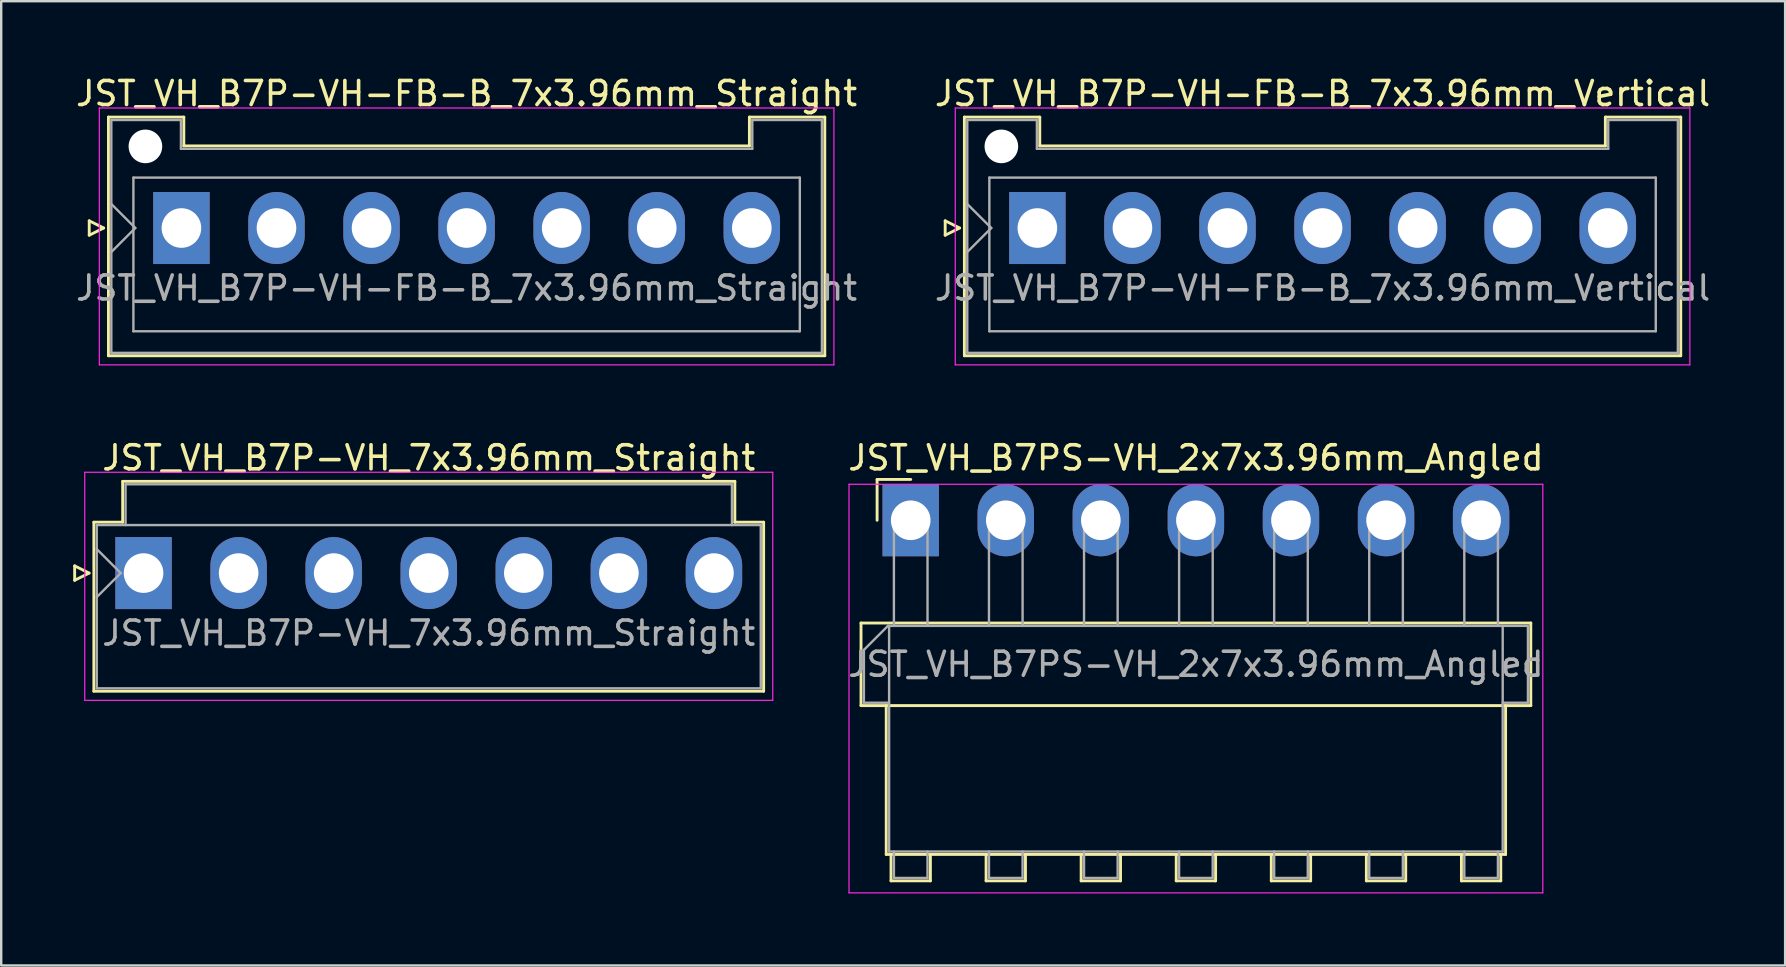
<source format=kicad_pcb>
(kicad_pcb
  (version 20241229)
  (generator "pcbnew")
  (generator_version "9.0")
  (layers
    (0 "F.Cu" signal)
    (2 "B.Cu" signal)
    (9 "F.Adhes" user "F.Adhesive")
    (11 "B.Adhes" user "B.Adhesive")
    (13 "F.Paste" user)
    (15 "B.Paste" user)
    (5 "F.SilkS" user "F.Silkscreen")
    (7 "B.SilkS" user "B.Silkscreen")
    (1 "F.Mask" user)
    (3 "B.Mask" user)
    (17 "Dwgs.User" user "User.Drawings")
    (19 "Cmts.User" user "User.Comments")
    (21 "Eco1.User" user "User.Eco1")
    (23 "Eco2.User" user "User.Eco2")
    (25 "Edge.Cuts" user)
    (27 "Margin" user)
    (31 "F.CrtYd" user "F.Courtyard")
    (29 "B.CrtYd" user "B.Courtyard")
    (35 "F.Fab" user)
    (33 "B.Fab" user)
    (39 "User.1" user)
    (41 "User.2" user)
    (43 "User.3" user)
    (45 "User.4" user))
  (footprint "JST_VH_B7P-VH-FB-B_7x3.96mm_Straight"
    (layer "F.Cu")
    (at 4.507 6.448)
    (property "Reference" "JST_VH_B7P-VH-FB-B_7x3.96mm_Straight" (at 11.88 -5.6 0) (layer "F.SilkS") (effects (font (size 1 1) (thickness 0.15))))
    (attr through_hole)
    (fp_line (start -3.84 -0.3) (end -3.24 0) (stroke (width 0.12) (type solid)) (layer "F.SilkS"))
    (fp_line (start -3.84 0.3) (end -3.84 -0.3) (stroke (width 0.12) (type solid)) (layer "F.SilkS"))
    (fp_line (start -3.24 0) (end -3.84 0.3) (stroke (width 0.12) (type solid)) (layer "F.SilkS"))
    (fp_line (start -3.04 -4.62) (end 0.1 -4.62) (stroke (width 0.12) (type solid)) (layer "F.SilkS"))
    (fp_line (start -3.04 5.32) (end -3.04 -4.62) (stroke (width 0.12) (type solid)) (layer "F.SilkS"))
    (fp_line (start 0.1 -4.62) (end 0.1 -3.42) (stroke (width 0.12) (type solid)) (layer "F.SilkS"))
    (fp_line (start 0.1 -3.42) (end 23.66 -3.42) (stroke (width 0.12) (type solid)) (layer "F.SilkS"))
    (fp_line (start 23.66 -4.62) (end 26.8 -4.62) (stroke (width 0.12) (type solid)) (layer "F.SilkS"))
    (fp_line (start 23.66 -3.42) (end 23.66 -4.62) (stroke (width 0.12) (type solid)) (layer "F.SilkS"))
    (fp_line (start 26.8 -4.62) (end 26.8 5.32) (stroke (width 0.12) (type solid)) (layer "F.SilkS"))
    (fp_line (start 26.8 5.32) (end -3.04 5.32) (stroke (width 0.12) (type solid)) (layer "F.SilkS"))
    (fp_line (start -3.42 -5) (end -3.42 5.7) (stroke (width 0.05) (type solid)) (layer "F.CrtYd"))
    (fp_line (start -3.42 5.7) (end 27.18 5.7) (stroke (width 0.05) (type solid)) (layer "F.CrtYd"))
    (fp_line (start 27.18 -5) (end -3.42 -5) (stroke (width 0.05) (type solid)) (layer "F.CrtYd"))
    (fp_line (start 27.18 5.7) (end 27.18 -5) (stroke (width 0.05) (type solid)) (layer "F.CrtYd"))
    (fp_line (start -2.92 -4.5) (end -0.02 -4.5) (stroke (width 0.1) (type solid)) (layer "F.Fab"))
    (fp_line (start -2.92 -1) (end -1.92 0) (stroke (width 0.1) (type solid)) (layer "F.Fab"))
    (fp_line (start -2.92 1) (end -1.92 0) (stroke (width 0.1) (type solid)) (layer "F.Fab"))
    (fp_line (start -2.92 5.2) (end -2.92 -4.5) (stroke (width 0.1) (type solid)) (layer "F.Fab"))
    (fp_line (start -2 -2.1) (end 25.76 -2.1) (stroke (width 0.1) (type solid)) (layer "F.Fab"))
    (fp_line (start -2 4.3) (end -2 -2.1) (stroke (width 0.1) (type solid)) (layer "F.Fab"))
    (fp_line (start -0.02 -4.5) (end -0.02 -3.3) (stroke (width 0.1) (type solid)) (layer "F.Fab"))
    (fp_line (start -0.02 -3.3) (end 23.78 -3.3) (stroke (width 0.1) (type solid)) (layer "F.Fab"))
    (fp_line (start 23.78 -4.5) (end 26.68 -4.5) (stroke (width 0.1) (type solid)) (layer "F.Fab"))
    (fp_line (start 23.78 -3.3) (end 23.78 -4.5) (stroke (width 0.1) (type solid)) (layer "F.Fab"))
    (fp_line (start 25.76 -2.1) (end 25.76 4.3) (stroke (width 0.1) (type solid)) (layer "F.Fab"))
    (fp_line (start 25.76 4.3) (end -2 4.3) (stroke (width 0.1) (type solid)) (layer "F.Fab"))
    (fp_line (start 26.68 -4.5) (end 26.68 5.2) (stroke (width 0.1) (type solid)) (layer "F.Fab"))
    (fp_line (start 26.68 5.2) (end -2.92 5.2) (stroke (width 0.1) (type solid)) (layer "F.Fab"))
    (fp_text user "${REFERENCE}" (at 11.88 2.5 0) (layer "F.Fab") (effects (font (size 1 1) (thickness 0.15))))
    (pad "" np_thru_hole circle (at -1.5 -3.4) (size 1.4 1.4) (drill 1.4) (layers "*.Cu" "*.Mask"))
    (pad "1" thru_hole rect (at 0 0) (size 2.35 3) (drill 1.65) (layers "*.Cu" "*.Mask"))
    (pad "2" thru_hole oval (at 3.96 0) (size 2.35 3) (drill 1.65) (layers "*.Cu" "*.Mask"))
    (pad "3" thru_hole oval (at 7.92 0) (size 2.35 3) (drill 1.65) (layers "*.Cu" "*.Mask"))
    (pad "4" thru_hole oval (at 11.88 0) (size 2.35 3) (drill 1.65) (layers "*.Cu" "*.Mask"))
    (pad "5" thru_hole oval (at 15.84 0) (size 2.35 3) (drill 1.65) (layers "*.Cu" "*.Mask"))
    (pad "6" thru_hole oval (at 19.8 0) (size 2.35 3) (drill 1.65) (layers "*.Cu" "*.Mask"))
    (pad "7" thru_hole oval (at 23.76 0) (size 2.35 3) (drill 1.65) (layers "*.Cu" "*.Mask")))
  (footprint "JST_VH_B7P-VH_7x3.96mm_Straight"
    (layer "F.Cu")
    (at 2.93 20.822)
    (property "Reference" "JST_VH_B7P-VH_7x3.96mm_Straight" (at 11.88 -4.8 0) (layer "F.SilkS") (effects (font (size 1 1) (thickness 0.15))))
    (attr through_hole)
    (fp_line (start -2.87 -0.3) (end -2.27 0) (stroke (width 0.12) (type solid)) (layer "F.SilkS"))
    (fp_line (start -2.87 0.3) (end -2.87 -0.3) (stroke (width 0.12) (type solid)) (layer "F.SilkS"))
    (fp_line (start -2.27 0) (end -2.87 0.3) (stroke (width 0.12) (type solid)) (layer "F.SilkS"))
    (fp_line (start -2.07 -2.12) (end -0.87 -2.12) (stroke (width 0.12) (type solid)) (layer "F.SilkS"))
    (fp_line (start -2.07 4.92) (end -2.07 -2.12) (stroke (width 0.12) (type solid)) (layer "F.SilkS"))
    (fp_line (start -0.87 -3.82) (end 24.63 -3.82) (stroke (width 0.12) (type solid)) (layer "F.SilkS"))
    (fp_line (start -0.87 -2.12) (end -0.87 -3.82) (stroke (width 0.12) (type solid)) (layer "F.SilkS"))
    (fp_line (start 24.63 -3.82) (end 24.63 -2.12) (stroke (width 0.12) (type solid)) (layer "F.SilkS"))
    (fp_line (start 24.63 -2.12) (end 25.83 -2.12) (stroke (width 0.12) (type solid)) (layer "F.SilkS"))
    (fp_line (start 25.83 -2.12) (end 25.83 4.92) (stroke (width 0.12) (type solid)) (layer "F.SilkS"))
    (fp_line (start 25.83 4.92) (end -2.07 4.92) (stroke (width 0.12) (type solid)) (layer "F.SilkS"))
    (fp_line (start -2.45 -4.2) (end -2.45 5.3) (stroke (width 0.05) (type solid)) (layer "F.CrtYd"))
    (fp_line (start -2.45 5.3) (end 26.21 5.3) (stroke (width 0.05) (type solid)) (layer "F.CrtYd"))
    (fp_line (start 26.21 -4.2) (end -2.45 -4.2) (stroke (width 0.05) (type solid)) (layer "F.CrtYd"))
    (fp_line (start 26.21 5.3) (end 26.21 -4.2) (stroke (width 0.05) (type solid)) (layer "F.CrtYd"))
    (fp_line (start -1.95 -2) (end -1.95 4.8) (stroke (width 0.1) (type solid)) (layer "F.Fab"))
    (fp_line (start -1.95 -1) (end -0.95 0) (stroke (width 0.1) (type solid)) (layer "F.Fab"))
    (fp_line (start -1.95 1) (end -0.95 0) (stroke (width 0.1) (type solid)) (layer "F.Fab"))
    (fp_line (start -1.95 4.8) (end 25.71 4.8) (stroke (width 0.1) (type solid)) (layer "F.Fab"))
    (fp_line (start -0.75 -3.7) (end 24.51 -3.7) (stroke (width 0.1) (type solid)) (layer "F.Fab"))
    (fp_line (start -0.75 -2) (end -0.75 -3.7) (stroke (width 0.1) (type solid)) (layer "F.Fab"))
    (fp_line (start 24.51 -3.7) (end 24.51 -2) (stroke (width 0.1) (type solid)) (layer "F.Fab"))
    (fp_line (start 25.71 -2) (end -1.95 -2) (stroke (width 0.1) (type solid)) (layer "F.Fab"))
    (fp_line (start 25.71 4.8) (end 25.71 -2) (stroke (width 0.1) (type solid)) (layer "F.Fab"))
    (fp_text user "${REFERENCE}" (at 11.88 2.5 0) (layer "F.Fab") (effects (font (size 1 1) (thickness 0.15))))
    (pad "1" thru_hole rect (at 0 0) (size 2.35 3) (drill 1.65) (layers "*.Cu" "*.Mask"))
    (pad "2" thru_hole oval (at 3.96 0) (size 2.35 3) (drill 1.65) (layers "*.Cu" "*.Mask"))
    (pad "3" thru_hole oval (at 7.92 0) (size 2.35 3) (drill 1.65) (layers "*.Cu" "*.Mask"))
    (pad "4" thru_hole oval (at 11.88 0) (size 2.35 3) (drill 1.65) (layers "*.Cu" "*.Mask"))
    (pad "5" thru_hole oval (at 15.84 0) (size 2.35 3) (drill 1.65) (layers "*.Cu" "*.Mask"))
    (pad "6" thru_hole oval (at 19.8 0) (size 2.35 3) (drill 1.65) (layers "*.Cu" "*.Mask"))
    (pad "7" thru_hole oval (at 23.76 0) (size 2.35 3) (drill 1.65) (layers "*.Cu" "*.Mask")))
  (footprint "JST_VH_B7P-VH-FB-B_7x3.96mm_Vertical"
    (layer "F.Cu")
    (at 40.162 6.448)
    (property "Reference" "JST_VH_B7P-VH-FB-B_7x3.96mm_Vertical" (at 11.88 -5.6 0) (layer "F.SilkS") (effects (font (size 1 1) (thickness 0.15))))
    (attr through_hole)
    (fp_line (start -3.84 -0.3) (end -3.24 0) (stroke (width 0.12) (type solid)) (layer "F.SilkS"))
    (fp_line (start -3.84 0.3) (end -3.84 -0.3) (stroke (width 0.12) (type solid)) (layer "F.SilkS"))
    (fp_line (start -3.24 0) (end -3.84 0.3) (stroke (width 0.12) (type solid)) (layer "F.SilkS"))
    (fp_line (start -3.04 -4.62) (end 0.1 -4.62) (stroke (width 0.12) (type solid)) (layer "F.SilkS"))
    (fp_line (start -3.04 5.32) (end -3.04 -4.62) (stroke (width 0.12) (type solid)) (layer "F.SilkS"))
    (fp_line (start 0.1 -4.62) (end 0.1 -3.42) (stroke (width 0.12) (type solid)) (layer "F.SilkS"))
    (fp_line (start 0.1 -3.42) (end 23.66 -3.42) (stroke (width 0.12) (type solid)) (layer "F.SilkS"))
    (fp_line (start 23.66 -4.62) (end 26.8 -4.62) (stroke (width 0.12) (type solid)) (layer "F.SilkS"))
    (fp_line (start 23.66 -3.42) (end 23.66 -4.62) (stroke (width 0.12) (type solid)) (layer "F.SilkS"))
    (fp_line (start 26.8 -4.62) (end 26.8 5.32) (stroke (width 0.12) (type solid)) (layer "F.SilkS"))
    (fp_line (start 26.8 5.32) (end -3.04 5.32) (stroke (width 0.12) (type solid)) (layer "F.SilkS"))
    (fp_line (start -3.42 -5) (end -3.42 5.7) (stroke (width 0.05) (type solid)) (layer "F.CrtYd"))
    (fp_line (start -3.42 5.7) (end 27.18 5.7) (stroke (width 0.05) (type solid)) (layer "F.CrtYd"))
    (fp_line (start 27.18 -5) (end -3.42 -5) (stroke (width 0.05) (type solid)) (layer "F.CrtYd"))
    (fp_line (start 27.18 5.7) (end 27.18 -5) (stroke (width 0.05) (type solid)) (layer "F.CrtYd"))
    (fp_line (start -2.92 -4.5) (end -0.02 -4.5) (stroke (width 0.1) (type solid)) (layer "F.Fab"))
    (fp_line (start -2.92 -1) (end -1.92 0) (stroke (width 0.1) (type solid)) (layer "F.Fab"))
    (fp_line (start -2.92 1) (end -1.92 0) (stroke (width 0.1) (type solid)) (layer "F.Fab"))
    (fp_line (start -2.92 5.2) (end -2.92 -4.5) (stroke (width 0.1) (type solid)) (layer "F.Fab"))
    (fp_line (start -2 -2.1) (end 25.76 -2.1) (stroke (width 0.1) (type solid)) (layer "F.Fab"))
    (fp_line (start -2 4.3) (end -2 -2.1) (stroke (width 0.1) (type solid)) (layer "F.Fab"))
    (fp_line (start -0.02 -4.5) (end -0.02 -3.3) (stroke (width 0.1) (type solid)) (layer "F.Fab"))
    (fp_line (start -0.02 -3.3) (end 23.78 -3.3) (stroke (width 0.1) (type solid)) (layer "F.Fab"))
    (fp_line (start 23.78 -4.5) (end 26.68 -4.5) (stroke (width 0.1) (type solid)) (layer "F.Fab"))
    (fp_line (start 23.78 -3.3) (end 23.78 -4.5) (stroke (width 0.1) (type solid)) (layer "F.Fab"))
    (fp_line (start 25.76 -2.1) (end 25.76 4.3) (stroke (width 0.1) (type solid)) (layer "F.Fab"))
    (fp_line (start 25.76 4.3) (end -2 4.3) (stroke (width 0.1) (type solid)) (layer "F.Fab"))
    (fp_line (start 26.68 -4.5) (end 26.68 5.2) (stroke (width 0.1) (type solid)) (layer "F.Fab"))
    (fp_line (start 26.68 5.2) (end -2.92 5.2) (stroke (width 0.1) (type solid)) (layer "F.Fab"))
    (fp_text user "${REFERENCE}" (at 11.88 2.5 0) (layer "F.Fab") (effects (font (size 1 1) (thickness 0.15))))
    (pad "" np_thru_hole circle (at -1.5 -3.4) (size 1.4 1.4) (drill 1.4) (layers "*.Cu" "*.Mask"))
    (pad "1" thru_hole rect (at 0 0) (size 2.35 3) (drill 1.65) (layers "*.Cu" "*.Mask"))
    (pad "2" thru_hole oval (at 3.96 0) (size 2.35 3) (drill 1.65) (layers "*.Cu" "*.Mask"))
    (pad "3" thru_hole oval (at 7.92 0) (size 2.35 3) (drill 1.65) (layers "*.Cu" "*.Mask"))
    (pad "4" thru_hole oval (at 11.88 0) (size 2.35 3) (drill 1.65) (layers "*.Cu" "*.Mask"))
    (pad "5" thru_hole oval (at 15.84 0) (size 2.35 3) (drill 1.65) (layers "*.Cu" "*.Mask"))
    (pad "6" thru_hole oval (at 19.8 0) (size 2.35 3) (drill 1.65) (layers "*.Cu" "*.Mask"))
    (pad "7" thru_hole oval (at 23.76 0) (size 2.35 3) (drill 1.65) (layers "*.Cu" "*.Mask")))
  (footprint "JST_VH_B7PS-VH_2x7x3.96mm_Angled"
    (layer "F.Cu")
    (at 34.886 18.622)
    (property "Reference" "JST_VH_B7PS-VH_2x7x3.96mm_Angled" (at 11.88 -2.6 0) (layer "F.SilkS") (effects (font (size 1 1) (thickness 0.15))))
    (attr through_hole)
    (fp_line (start -2.07 4.28) (end -2.07 7.72) (stroke (width 0.12) (type solid)) (layer "F.SilkS"))
    (fp_line (start -2.07 7.72) (end 25.83 7.72) (stroke (width 0.12) (type solid)) (layer "F.SilkS"))
    (fp_line (start -1.4 -1.7) (end -1.4 0) (stroke (width 0.12) (type solid)) (layer "F.SilkS"))
    (fp_line (start -1.02 7.72) (end -1.02 13.92) (stroke (width 0.12) (type solid)) (layer "F.SilkS"))
    (fp_line (start -1.02 13.92) (end 24.78 13.92) (stroke (width 0.12) (type solid)) (layer "F.SilkS"))
    (fp_line (start -0.82 13.92) (end -0.82 15.02) (stroke (width 0.12) (type solid)) (layer "F.SilkS"))
    (fp_line (start -0.82 15.02) (end 0.82 15.02) (stroke (width 0.12) (type solid)) (layer "F.SilkS"))
    (fp_line (start 0 -1.7) (end -1.4 -1.7) (stroke (width 0.12) (type solid)) (layer "F.SilkS"))
    (fp_line (start 0.82 15.02) (end 0.82 13.92) (stroke (width 0.12) (type solid)) (layer "F.SilkS"))
    (fp_line (start 3.14 13.92) (end 3.14 15.02) (stroke (width 0.12) (type solid)) (layer "F.SilkS"))
    (fp_line (start 3.14 15.02) (end 4.78 15.02) (stroke (width 0.12) (type solid)) (layer "F.SilkS"))
    (fp_line (start 4.78 15.02) (end 4.78 13.92) (stroke (width 0.12) (type solid)) (layer "F.SilkS"))
    (fp_line (start 7.1 13.92) (end 7.1 15.02) (stroke (width 0.12) (type solid)) (layer "F.SilkS"))
    (fp_line (start 7.1 15.02) (end 8.74 15.02) (stroke (width 0.12) (type solid)) (layer "F.SilkS"))
    (fp_line (start 8.74 15.02) (end 8.74 13.92) (stroke (width 0.12) (type solid)) (layer "F.SilkS"))
    (fp_line (start 11.06 13.92) (end 11.06 15.02) (stroke (width 0.12) (type solid)) (layer "F.SilkS"))
    (fp_line (start 11.06 15.02) (end 12.7 15.02) (stroke (width 0.12) (type solid)) (layer "F.SilkS"))
    (fp_line (start 12.7 15.02) (end 12.7 13.92) (stroke (width 0.12) (type solid)) (layer "F.SilkS"))
    (fp_line (start 15.02 13.92) (end 15.02 15.02) (stroke (width 0.12) (type solid)) (layer "F.SilkS"))
    (fp_line (start 15.02 15.02) (end 16.66 15.02) (stroke (width 0.12) (type solid)) (layer "F.SilkS"))
    (fp_line (start 16.66 15.02) (end 16.66 13.92) (stroke (width 0.12) (type solid)) (layer "F.SilkS"))
    (fp_line (start 18.98 13.92) (end 18.98 15.02) (stroke (width 0.12) (type solid)) (layer "F.SilkS"))
    (fp_line (start 18.98 15.02) (end 20.62 15.02) (stroke (width 0.12) (type solid)) (layer "F.SilkS"))
    (fp_line (start 20.62 15.02) (end 20.62 13.92) (stroke (width 0.12) (type solid)) (layer "F.SilkS"))
    (fp_line (start 22.94 13.92) (end 22.94 15.02) (stroke (width 0.12) (type solid)) (layer "F.SilkS"))
    (fp_line (start 22.94 15.02) (end 24.58 15.02) (stroke (width 0.12) (type solid)) (layer "F.SilkS"))
    (fp_line (start 24.58 15.02) (end 24.58 13.92) (stroke (width 0.12) (type solid)) (layer "F.SilkS"))
    (fp_line (start 24.78 13.92) (end 24.78 7.72) (stroke (width 0.12) (type solid)) (layer "F.SilkS"))
    (fp_line (start 25.83 4.28) (end -2.07 4.28) (stroke (width 0.12) (type solid)) (layer "F.SilkS"))
    (fp_line (start 25.83 7.72) (end 25.83 4.28) (stroke (width 0.12) (type solid)) (layer "F.SilkS"))
    (fp_line (start -2.57 -1.5) (end -2.57 15.52) (stroke (width 0.05) (type solid)) (layer "F.CrtYd"))
    (fp_line (start -2.57 15.52) (end 26.33 15.52) (stroke (width 0.05) (type solid)) (layer "F.CrtYd"))
    (fp_line (start 26.33 -1.5) (end -2.57 -1.5) (stroke (width 0.05) (type solid)) (layer "F.CrtYd"))
    (fp_line (start 26.33 15.52) (end 26.33 -1.5) (stroke (width 0.05) (type solid)) (layer "F.CrtYd"))
    (fp_line (start -1.95 5.4) (end -0.95 4.4) (stroke (width 0.1) (type solid)) (layer "F.Fab"))
    (fp_line (start -1.95 7.6) (end -1.95 5.4) (stroke (width 0.1) (type solid)) (layer "F.Fab"))
    (fp_line (start -0.95 4.4) (end -0.9 4.4) (stroke (width 0.1) (type solid)) (layer "F.Fab"))
    (fp_line (start -0.9 4.4) (end -0.9 13.8) (stroke (width 0.1) (type solid)) (layer "F.Fab"))
    (fp_line (start -0.9 7.6) (end -1.95 7.6) (stroke (width 0.1) (type solid)) (layer "F.Fab"))
    (fp_line (start -0.9 13.8) (end 24.66 13.8) (stroke (width 0.1) (type solid)) (layer "F.Fab"))
    (fp_line (start -0.7 0) (end 0.7 0) (stroke (width 0.1) (type solid)) (layer "F.Fab"))
    (fp_line (start -0.7 4.4) (end -0.7 0) (stroke (width 0.1) (type solid)) (layer "F.Fab"))
    (fp_line (start -0.7 13.8) (end -0.7 14.9) (stroke (width 0.1) (type solid)) (layer "F.Fab"))
    (fp_line (start -0.7 14.9) (end 0.7 14.9) (stroke (width 0.1) (type solid)) (layer "F.Fab"))
    (fp_line (start 0.7 0) (end 0.7 4.4) (stroke (width 0.1) (type solid)) (layer "F.Fab"))
    (fp_line (start 0.7 14.9) (end 0.7 13.8) (stroke (width 0.1) (type solid)) (layer "F.Fab"))
    (fp_line (start 3.26 0) (end 4.66 0) (stroke (width 0.1) (type solid)) (layer "F.Fab"))
    (fp_line (start 3.26 4.4) (end 3.26 0) (stroke (width 0.1) (type solid)) (layer "F.Fab"))
    (fp_line (start 3.26 13.8) (end 3.26 14.9) (stroke (width 0.1) (type solid)) (layer "F.Fab"))
    (fp_line (start 3.26 14.9) (end 4.66 14.9) (stroke (width 0.1) (type solid)) (layer "F.Fab"))
    (fp_line (start 4.66 0) (end 4.66 4.4) (stroke (width 0.1) (type solid)) (layer "F.Fab"))
    (fp_line (start 4.66 14.9) (end 4.66 13.8) (stroke (width 0.1) (type solid)) (layer "F.Fab"))
    (fp_line (start 7.22 0) (end 8.62 0) (stroke (width 0.1) (type solid)) (layer "F.Fab"))
    (fp_line (start 7.22 4.4) (end 7.22 0) (stroke (width 0.1) (type solid)) (layer "F.Fab"))
    (fp_line (start 7.22 13.8) (end 7.22 14.9) (stroke (width 0.1) (type solid)) (layer "F.Fab"))
    (fp_line (start 7.22 14.9) (end 8.62 14.9) (stroke (width 0.1) (type solid)) (layer "F.Fab"))
    (fp_line (start 8.62 0) (end 8.62 4.4) (stroke (width 0.1) (type solid)) (layer "F.Fab"))
    (fp_line (start 8.62 14.9) (end 8.62 13.8) (stroke (width 0.1) (type solid)) (layer "F.Fab"))
    (fp_line (start 11.18 0) (end 12.58 0) (stroke (width 0.1) (type solid)) (layer "F.Fab"))
    (fp_line (start 11.18 4.4) (end 11.18 0) (stroke (width 0.1) (type solid)) (layer "F.Fab"))
    (fp_line (start 11.18 13.8) (end 11.18 14.9) (stroke (width 0.1) (type solid)) (layer "F.Fab"))
    (fp_line (start 11.18 14.9) (end 12.58 14.9) (stroke (width 0.1) (type solid)) (layer "F.Fab"))
    (fp_line (start 12.58 0) (end 12.58 4.4) (stroke (width 0.1) (type solid)) (layer "F.Fab"))
    (fp_line (start 12.58 14.9) (end 12.58 13.8) (stroke (width 0.1) (type solid)) (layer "F.Fab"))
    (fp_line (start 15.14 0) (end 16.54 0) (stroke (width 0.1) (type solid)) (layer "F.Fab"))
    (fp_line (start 15.14 4.4) (end 15.14 0) (stroke (width 0.1) (type solid)) (layer "F.Fab"))
    (fp_line (start 15.14 13.8) (end 15.14 14.9) (stroke (width 0.1) (type solid)) (layer "F.Fab"))
    (fp_line (start 15.14 14.9) (end 16.54 14.9) (stroke (width 0.1) (type solid)) (layer "F.Fab"))
    (fp_line (start 16.54 0) (end 16.54 4.4) (stroke (width 0.1) (type solid)) (layer "F.Fab"))
    (fp_line (start 16.54 14.9) (end 16.54 13.8) (stroke (width 0.1) (type solid)) (layer "F.Fab"))
    (fp_line (start 19.1 0) (end 20.5 0) (stroke (width 0.1) (type solid)) (layer "F.Fab"))
    (fp_line (start 19.1 4.4) (end 19.1 0) (stroke (width 0.1) (type solid)) (layer "F.Fab"))
    (fp_line (start 19.1 13.8) (end 19.1 14.9) (stroke (width 0.1) (type solid)) (layer "F.Fab"))
    (fp_line (start 19.1 14.9) (end 20.5 14.9) (stroke (width 0.1) (type solid)) (layer "F.Fab"))
    (fp_line (start 20.5 0) (end 20.5 4.4) (stroke (width 0.1) (type solid)) (layer "F.Fab"))
    (fp_line (start 20.5 14.9) (end 20.5 13.8) (stroke (width 0.1) (type solid)) (layer "F.Fab"))
    (fp_line (start 23.06 0) (end 24.46 0) (stroke (width 0.1) (type solid)) (layer "F.Fab"))
    (fp_line (start 23.06 4.4) (end 23.06 0) (stroke (width 0.1) (type solid)) (layer "F.Fab"))
    (fp_line (start 23.06 13.8) (end 23.06 14.9) (stroke (width 0.1) (type solid)) (layer "F.Fab"))
    (fp_line (start 23.06 14.9) (end 24.46 14.9) (stroke (width 0.1) (type solid)) (layer "F.Fab"))
    (fp_line (start 24.46 0) (end 24.46 4.4) (stroke (width 0.1) (type solid)) (layer "F.Fab"))
    (fp_line (start 24.46 14.9) (end 24.46 13.8) (stroke (width 0.1) (type solid)) (layer "F.Fab"))
    (fp_line (start 24.66 4.4) (end -0.9 4.4) (stroke (width 0.1) (type solid)) (layer "F.Fab"))
    (fp_line (start 24.66 4.4) (end 25.71 4.4) (stroke (width 0.1) (type solid)) (layer "F.Fab"))
    (fp_line (start 24.66 13.8) (end 24.66 4.4) (stroke (width 0.1) (type solid)) (layer "F.Fab"))
    (fp_line (start 25.71 4.4) (end 25.71 7.6) (stroke (width 0.1) (type solid)) (layer "F.Fab"))
    (fp_line (start 25.71 7.6) (end 24.66 7.6) (stroke (width 0.1) (type solid)) (layer "F.Fab"))
    (fp_text user "${REFERENCE}" (at 11.88 6 0) (layer "F.Fab") (effects (font (size 1 1) (thickness 0.15))))
    (pad "1" thru_hole rect (at 0 0) (size 2.35 3) (drill 1.65) (layers "*.Cu" "*.Mask"))
    (pad "2" thru_hole oval (at 3.96 0) (size 2.35 3) (drill 1.65) (layers "*.Cu" "*.Mask"))
    (pad "3" thru_hole oval (at 7.92 0) (size 2.35 3) (drill 1.65) (layers "*.Cu" "*.Mask"))
    (pad "4" thru_hole oval (at 11.88 0) (size 2.35 3) (drill 1.65) (layers "*.Cu" "*.Mask"))
    (pad "5" thru_hole oval (at 15.84 0) (size 2.35 3) (drill 1.65) (layers "*.Cu" "*.Mask"))
    (pad "6" thru_hole oval (at 19.8 0) (size 2.35 3) (drill 1.65) (layers "*.Cu" "*.Mask"))
    (pad "7" thru_hole oval (at 23.76 0) (size 2.35 3) (drill 1.65) (layers "*.Cu" "*.Mask")))
  (gr_rect
    (start -3 -3)
    (end 71.31 37.166)
    (stroke (width 0.1) (type default))
    (fill no)
    (layer "Edge.Cuts")))
</source>
